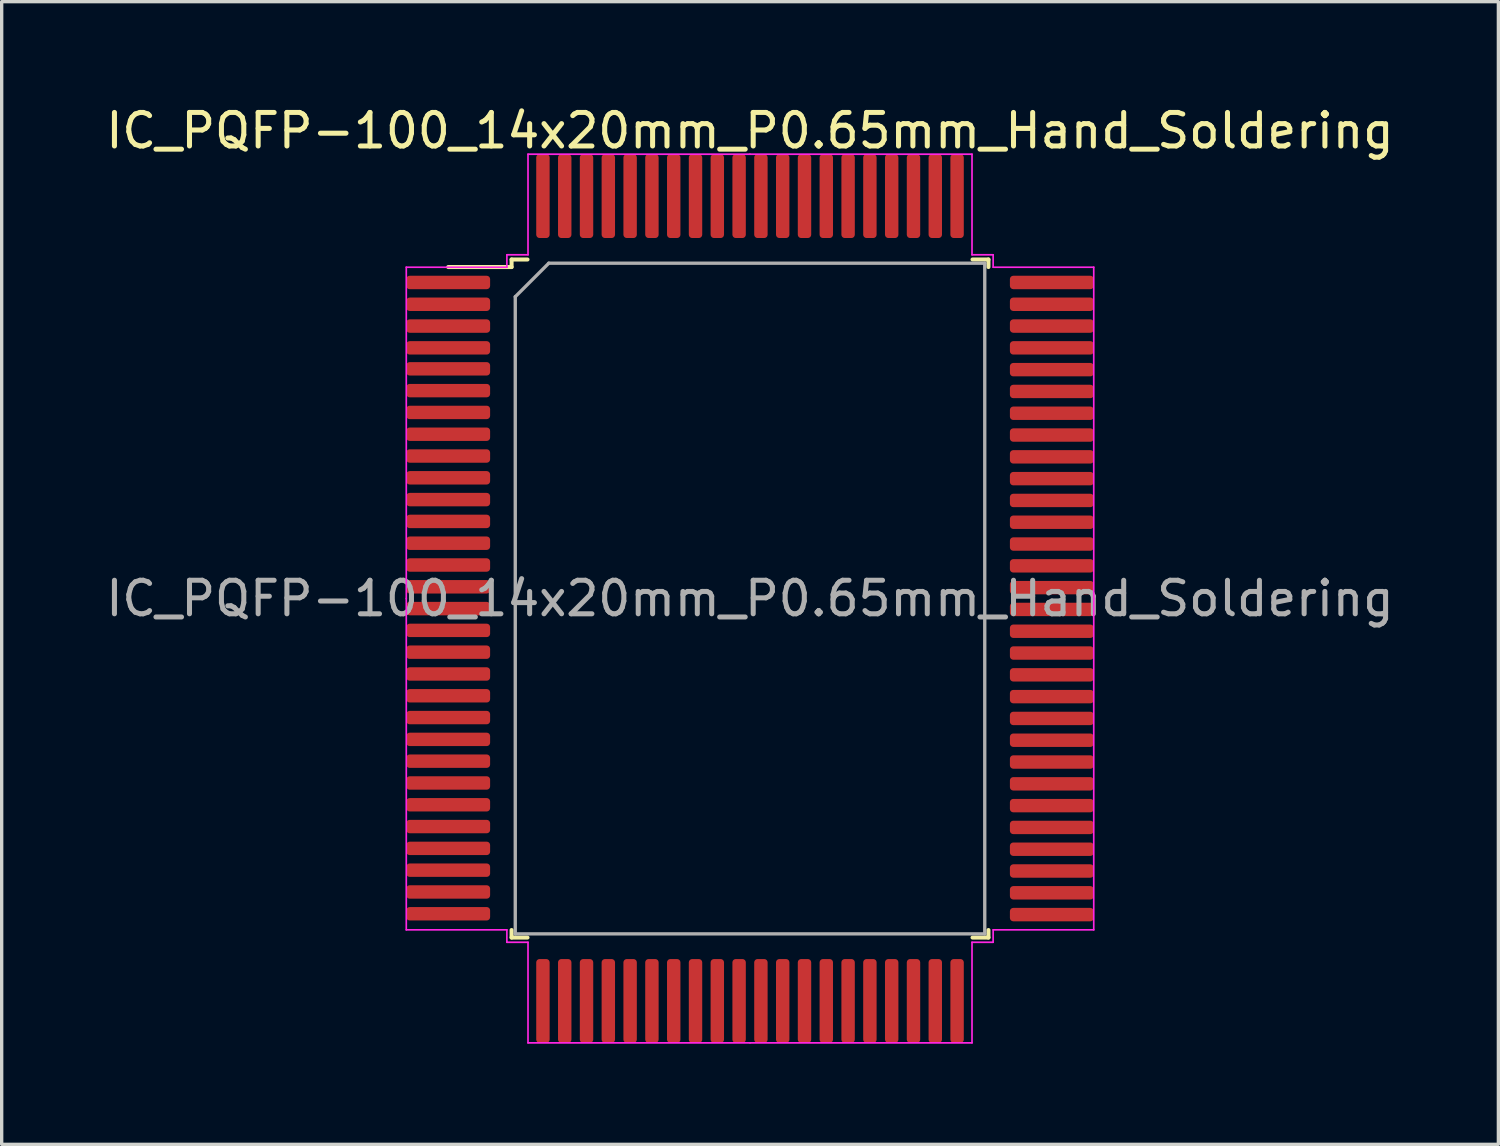
<source format=kicad_pcb>
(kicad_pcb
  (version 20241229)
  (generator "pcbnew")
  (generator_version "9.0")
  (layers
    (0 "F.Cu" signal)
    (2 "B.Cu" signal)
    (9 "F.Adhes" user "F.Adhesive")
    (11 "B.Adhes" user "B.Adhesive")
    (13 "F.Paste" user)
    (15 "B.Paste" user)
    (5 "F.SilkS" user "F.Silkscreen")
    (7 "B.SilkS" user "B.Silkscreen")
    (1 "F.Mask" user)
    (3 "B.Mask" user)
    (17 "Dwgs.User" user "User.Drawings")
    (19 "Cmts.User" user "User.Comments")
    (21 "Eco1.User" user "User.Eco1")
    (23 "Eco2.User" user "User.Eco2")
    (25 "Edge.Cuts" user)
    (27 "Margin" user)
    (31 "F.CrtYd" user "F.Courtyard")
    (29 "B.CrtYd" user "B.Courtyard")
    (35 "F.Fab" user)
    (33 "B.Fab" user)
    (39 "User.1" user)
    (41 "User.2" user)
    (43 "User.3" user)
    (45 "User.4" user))
  (footprint "IC_PQFP-100_14x20mm_P0.65mm_Hand_Soldering"
    (layer "F.Cu")
    (at 19.315 14.798)
    (property "Reference" "IC_PQFP-100_14x20mm_P0.65mm_Hand_Soldering" (at 0 -13.95 0) (layer "F.SilkS") (effects (font (size 1 1) (thickness 0.15))))
    (attr smd)
    (fp_line (start -7.11 -10.11) (end -7.11 -9.885) (stroke (width 0.12) (type solid)) (layer "F.SilkS"))
    (fp_line (start -7.11 -9.885) (end -9 -9.885) (stroke (width 0.12) (type solid)) (layer "F.SilkS"))
    (fp_line (start -7.11 10.11) (end -7.11 9.885) (stroke (width 0.12) (type solid)) (layer "F.SilkS"))
    (fp_line (start -6.635 -10.11) (end -7.11 -10.11) (stroke (width 0.12) (type solid)) (layer "F.SilkS"))
    (fp_line (start -6.635 10.11) (end -7.11 10.11) (stroke (width 0.12) (type solid)) (layer "F.SilkS"))
    (fp_line (start 6.635 -10.11) (end 7.11 -10.11) (stroke (width 0.12) (type solid)) (layer "F.SilkS"))
    (fp_line (start 6.635 10.11) (end 7.11 10.11) (stroke (width 0.12) (type solid)) (layer "F.SilkS"))
    (fp_line (start 7.11 -10.11) (end 7.11 -9.885) (stroke (width 0.12) (type solid)) (layer "F.SilkS"))
    (fp_line (start 7.11 10.11) (end 7.11 9.885) (stroke (width 0.12) (type solid)) (layer "F.SilkS"))
    (fp_line (start -10.25 -9.88) (end -10.25 0) (stroke (width 0.05) (type solid)) (layer "F.CrtYd"))
    (fp_line (start -10.25 9.88) (end -10.25 0) (stroke (width 0.05) (type solid)) (layer "F.CrtYd"))
    (fp_line (start -7.25 -10.25) (end -7.25 -9.88) (stroke (width 0.05) (type solid)) (layer "F.CrtYd"))
    (fp_line (start -7.25 -9.88) (end -10.25 -9.88) (stroke (width 0.05) (type solid)) (layer "F.CrtYd"))
    (fp_line (start -7.25 9.88) (end -10.25 9.88) (stroke (width 0.05) (type solid)) (layer "F.CrtYd"))
    (fp_line (start -7.25 10.25) (end -7.25 9.88) (stroke (width 0.05) (type solid)) (layer "F.CrtYd"))
    (fp_line (start -6.62 -13.25) (end -6.62 -10.25) (stroke (width 0.05) (type solid)) (layer "F.CrtYd"))
    (fp_line (start -6.62 -10.25) (end -7.25 -10.25) (stroke (width 0.05) (type solid)) (layer "F.CrtYd"))
    (fp_line (start -6.62 10.25) (end -7.25 10.25) (stroke (width 0.05) (type solid)) (layer "F.CrtYd"))
    (fp_line (start -6.62 13.25) (end -6.62 10.25) (stroke (width 0.05) (type solid)) (layer "F.CrtYd"))
    (fp_line (start 0 -13.25) (end -6.62 -13.25) (stroke (width 0.05) (type solid)) (layer "F.CrtYd"))
    (fp_line (start 0 -13.25) (end 6.62 -13.25) (stroke (width 0.05) (type solid)) (layer "F.CrtYd"))
    (fp_line (start 0 13.25) (end -6.62 13.25) (stroke (width 0.05) (type solid)) (layer "F.CrtYd"))
    (fp_line (start 0 13.25) (end 6.62 13.25) (stroke (width 0.05) (type solid)) (layer "F.CrtYd"))
    (fp_line (start 6.62 -13.25) (end 6.62 -10.25) (stroke (width 0.05) (type solid)) (layer "F.CrtYd"))
    (fp_line (start 6.62 -10.25) (end 7.25 -10.25) (stroke (width 0.05) (type solid)) (layer "F.CrtYd"))
    (fp_line (start 6.62 10.25) (end 7.25 10.25) (stroke (width 0.05) (type solid)) (layer "F.CrtYd"))
    (fp_line (start 6.62 13.25) (end 6.62 10.25) (stroke (width 0.05) (type solid)) (layer "F.CrtYd"))
    (fp_line (start 7.25 -10.25) (end 7.25 -9.88) (stroke (width 0.05) (type solid)) (layer "F.CrtYd"))
    (fp_line (start 7.25 -9.88) (end 10.25 -9.88) (stroke (width 0.05) (type solid)) (layer "F.CrtYd"))
    (fp_line (start 7.25 9.88) (end 10.25 9.88) (stroke (width 0.05) (type solid)) (layer "F.CrtYd"))
    (fp_line (start 7.25 10.25) (end 7.25 9.88) (stroke (width 0.05) (type solid)) (layer "F.CrtYd"))
    (fp_line (start 10.25 -9.88) (end 10.25 0) (stroke (width 0.05) (type solid)) (layer "F.CrtYd"))
    (fp_line (start 10.25 9.88) (end 10.25 0) (stroke (width 0.05) (type solid)) (layer "F.CrtYd"))
    (fp_line (start -7 -9) (end -6 -10) (stroke (width 0.1) (type solid)) (layer "F.Fab"))
    (fp_line (start -7 10) (end -7 -9) (stroke (width 0.1) (type solid)) (layer "F.Fab"))
    (fp_line (start -6 -10) (end 7 -10) (stroke (width 0.1) (type solid)) (layer "F.Fab"))
    (fp_line (start 7 -10) (end 7 10) (stroke (width 0.1) (type solid)) (layer "F.Fab"))
    (fp_line (start 7 10) (end -7 10) (stroke (width 0.1) (type solid)) (layer "F.Fab"))
    (fp_text user "${REFERENCE}" (at 0 0 0) (layer "F.Fab") (effects (font (size 1 1) (thickness 0.15))))
    (pad "1" smd roundrect (at -9 -9.425) (size 2.5 0.4) (layers "F.Cu" "F.Mask" "F.Paste") (roundrect_rratio 0.25))
    (pad "2" smd roundrect (at -9 -8.775) (size 2.5 0.4) (layers "F.Cu" "F.Mask" "F.Paste") (roundrect_rratio 0.25))
    (pad "3" smd roundrect (at -9 -8.125) (size 2.5 0.4) (layers "F.Cu" "F.Mask" "F.Paste") (roundrect_rratio 0.25))
    (pad "4" smd roundrect (at -9 -7.475) (size 2.5 0.4) (layers "F.Cu" "F.Mask" "F.Paste") (roundrect_rratio 0.25))
    (pad "5" smd roundrect (at -9 -6.85) (size 2.5 0.4) (layers "F.Cu" "F.Mask" "F.Paste") (roundrect_rratio 0.25))
    (pad "6" smd roundrect (at -9 -6.2) (size 2.5 0.4) (layers "F.Cu" "F.Mask" "F.Paste") (roundrect_rratio 0.25))
    (pad "7" smd roundrect (at -9 -5.55) (size 2.5 0.4) (layers "F.Cu" "F.Mask" "F.Paste") (roundrect_rratio 0.25))
    (pad "8" smd roundrect (at -9 -4.9) (size 2.5 0.4) (layers "F.Cu" "F.Mask" "F.Paste") (roundrect_rratio 0.25))
    (pad "9" smd roundrect (at -9 -4.25) (size 2.5 0.4) (layers "F.Cu" "F.Mask" "F.Paste") (roundrect_rratio 0.25))
    (pad "10" smd roundrect (at -9 -3.6) (size 2.5 0.4) (layers "F.Cu" "F.Mask" "F.Paste") (roundrect_rratio 0.25))
    (pad "11" smd roundrect (at -9 -2.95) (size 2.5 0.4) (layers "F.Cu" "F.Mask" "F.Paste") (roundrect_rratio 0.25))
    (pad "12" smd roundrect (at -9 -2.3) (size 2.5 0.4) (layers "F.Cu" "F.Mask" "F.Paste") (roundrect_rratio 0.25))
    (pad "13" smd roundrect (at -9 -1.65) (size 2.5 0.4) (layers "F.Cu" "F.Mask" "F.Paste") (roundrect_rratio 0.25))
    (pad "14" smd roundrect (at -9 -1) (size 2.5 0.4) (layers "F.Cu" "F.Mask" "F.Paste") (roundrect_rratio 0.25))
    (pad "15" smd roundrect (at -9 -0.35) (size 2.5 0.4) (layers "F.Cu" "F.Mask" "F.Paste") (roundrect_rratio 0.25))
    (pad "16" smd roundrect (at -9 0.3) (size 2.5 0.4) (layers "F.Cu" "F.Mask" "F.Paste") (roundrect_rratio 0.25))
    (pad "17" smd roundrect (at -9 0.95) (size 2.5 0.4) (layers "F.Cu" "F.Mask" "F.Paste") (roundrect_rratio 0.25))
    (pad "18" smd roundrect (at -9 1.6) (size 2.5 0.4) (layers "F.Cu" "F.Mask" "F.Paste") (roundrect_rratio 0.25))
    (pad "19" smd roundrect (at -9 2.25) (size 2.5 0.4) (layers "F.Cu" "F.Mask" "F.Paste") (roundrect_rratio 0.25))
    (pad "20" smd roundrect (at -9 2.9) (size 2.5 0.4) (layers "F.Cu" "F.Mask" "F.Paste") (roundrect_rratio 0.25))
    (pad "21" smd roundrect (at -9 3.55) (size 2.5 0.4) (layers "F.Cu" "F.Mask" "F.Paste") (roundrect_rratio 0.25))
    (pad "22" smd roundrect (at -9 4.2) (size 2.5 0.4) (layers "F.Cu" "F.Mask" "F.Paste") (roundrect_rratio 0.25))
    (pad "23" smd roundrect (at -9 4.85) (size 2.5 0.4) (layers "F.Cu" "F.Mask" "F.Paste") (roundrect_rratio 0.25))
    (pad "24" smd roundrect (at -9 5.5) (size 2.5 0.4) (layers "F.Cu" "F.Mask" "F.Paste") (roundrect_rratio 0.25))
    (pad "25" smd roundrect (at -9 6.15) (size 2.5 0.4) (layers "F.Cu" "F.Mask" "F.Paste") (roundrect_rratio 0.25))
    (pad "26" smd roundrect (at -9 6.8) (size 2.5 0.4) (layers "F.Cu" "F.Mask" "F.Paste") (roundrect_rratio 0.25))
    (pad "27" smd roundrect (at -9 7.45) (size 2.5 0.4) (layers "F.Cu" "F.Mask" "F.Paste") (roundrect_rratio 0.25))
    (pad "28" smd roundrect (at -9 8.1) (size 2.5 0.4) (layers "F.Cu" "F.Mask" "F.Paste") (roundrect_rratio 0.25))
    (pad "29" smd roundrect (at -9 8.75) (size 2.5 0.4) (layers "F.Cu" "F.Mask" "F.Paste") (roundrect_rratio 0.25))
    (pad "30" smd roundrect (at -9 9.4) (size 2.5 0.4) (layers "F.Cu" "F.Mask" "F.Paste") (roundrect_rratio 0.25))
    (pad "31" smd roundrect (at -6.175 12 90) (size 2.5 0.4) (layers "F.Cu" "F.Mask" "F.Paste") (roundrect_rratio 0.25))
    (pad "32" smd roundrect (at -5.525 12 90) (size 2.5 0.4) (layers "F.Cu" "F.Mask" "F.Paste") (roundrect_rratio 0.25))
    (pad "33" smd roundrect (at -4.875 12 90) (size 2.5 0.4) (layers "F.Cu" "F.Mask" "F.Paste") (roundrect_rratio 0.25))
    (pad "34" smd roundrect (at -4.225 12 90) (size 2.5 0.4) (layers "F.Cu" "F.Mask" "F.Paste") (roundrect_rratio 0.25))
    (pad "35" smd roundrect (at -3.575 12 90) (size 2.5 0.4) (layers "F.Cu" "F.Mask" "F.Paste") (roundrect_rratio 0.25))
    (pad "36" smd roundrect (at -2.925 12 90) (size 2.5 0.4) (layers "F.Cu" "F.Mask" "F.Paste") (roundrect_rratio 0.25))
    (pad "37" smd roundrect (at -2.275 12 90) (size 2.5 0.4) (layers "F.Cu" "F.Mask" "F.Paste") (roundrect_rratio 0.25))
    (pad "38" smd roundrect (at -1.625 12 90) (size 2.5 0.4) (layers "F.Cu" "F.Mask" "F.Paste") (roundrect_rratio 0.25))
    (pad "39" smd roundrect (at -0.975 12 90) (size 2.5 0.4) (layers "F.Cu" "F.Mask" "F.Paste") (roundrect_rratio 0.25))
    (pad "40" smd roundrect (at -0.325 12 90) (size 2.5 0.4) (layers "F.Cu" "F.Mask" "F.Paste") (roundrect_rratio 0.25))
    (pad "41" smd roundrect (at 0.325 12 90) (size 2.5 0.4) (layers "F.Cu" "F.Mask" "F.Paste") (roundrect_rratio 0.25))
    (pad "42" smd roundrect (at 0.975 12 90) (size 2.5 0.4) (layers "F.Cu" "F.Mask" "F.Paste") (roundrect_rratio 0.25))
    (pad "43" smd roundrect (at 1.625 12 90) (size 2.5 0.4) (layers "F.Cu" "F.Mask" "F.Paste") (roundrect_rratio 0.25))
    (pad "44" smd roundrect (at 2.275 12 90) (size 2.5 0.4) (layers "F.Cu" "F.Mask" "F.Paste") (roundrect_rratio 0.25))
    (pad "45" smd roundrect (at 2.925 12 90) (size 2.5 0.4) (layers "F.Cu" "F.Mask" "F.Paste") (roundrect_rratio 0.25))
    (pad "46" smd roundrect (at 3.575 12 90) (size 2.5 0.4) (layers "F.Cu" "F.Mask" "F.Paste") (roundrect_rratio 0.25))
    (pad "47" smd roundrect (at 4.225 12 90) (size 2.5 0.4) (layers "F.Cu" "F.Mask" "F.Paste") (roundrect_rratio 0.25))
    (pad "48" smd roundrect (at 4.875 12 90) (size 2.5 0.4) (layers "F.Cu" "F.Mask" "F.Paste") (roundrect_rratio 0.25))
    (pad "49" smd roundrect (at 5.525 12 90) (size 2.5 0.4) (layers "F.Cu" "F.Mask" "F.Paste") (roundrect_rratio 0.25))
    (pad "50" smd roundrect (at 6.175 12 90) (size 2.5 0.4) (layers "F.Cu" "F.Mask" "F.Paste") (roundrect_rratio 0.25))
    (pad "51" smd roundrect (at 9 9.425) (size 2.5 0.4) (layers "F.Cu" "F.Mask" "F.Paste") (roundrect_rratio 0.25))
    (pad "52" smd roundrect (at 9 8.775) (size 2.5 0.4) (layers "F.Cu" "F.Mask" "F.Paste") (roundrect_rratio 0.25))
    (pad "53" smd roundrect (at 9 8.125) (size 2.5 0.4) (layers "F.Cu" "F.Mask" "F.Paste") (roundrect_rratio 0.25))
    (pad "54" smd roundrect (at 9 7.475) (size 2.5 0.4) (layers "F.Cu" "F.Mask" "F.Paste") (roundrect_rratio 0.25))
    (pad "55" smd roundrect (at 9 6.825) (size 2.5 0.4) (layers "F.Cu" "F.Mask" "F.Paste") (roundrect_rratio 0.25))
    (pad "56" smd roundrect (at 9 6.175) (size 2.5 0.4) (layers "F.Cu" "F.Mask" "F.Paste") (roundrect_rratio 0.25))
    (pad "57" smd roundrect (at 9 5.525) (size 2.5 0.4) (layers "F.Cu" "F.Mask" "F.Paste") (roundrect_rratio 0.25))
    (pad "58" smd roundrect (at 9 4.875) (size 2.5 0.4) (layers "F.Cu" "F.Mask" "F.Paste") (roundrect_rratio 0.25))
    (pad "59" smd roundrect (at 9 4.225) (size 2.5 0.4) (layers "F.Cu" "F.Mask" "F.Paste") (roundrect_rratio 0.25))
    (pad "60" smd roundrect (at 9 3.575) (size 2.5 0.4) (layers "F.Cu" "F.Mask" "F.Paste") (roundrect_rratio 0.25))
    (pad "61" smd roundrect (at 9 2.925) (size 2.5 0.4) (layers "F.Cu" "F.Mask" "F.Paste") (roundrect_rratio 0.25))
    (pad "62" smd roundrect (at 9 2.275) (size 2.5 0.4) (layers "F.Cu" "F.Mask" "F.Paste") (roundrect_rratio 0.25))
    (pad "63" smd roundrect (at 9 1.625) (size 2.5 0.4) (layers "F.Cu" "F.Mask" "F.Paste") (roundrect_rratio 0.25))
    (pad "64" smd roundrect (at 9 0.975) (size 2.5 0.4) (layers "F.Cu" "F.Mask" "F.Paste") (roundrect_rratio 0.25))
    (pad "65" smd roundrect (at 9 0.325) (size 2.5 0.4) (layers "F.Cu" "F.Mask" "F.Paste") (roundrect_rratio 0.25))
    (pad "66" smd roundrect (at 9 -0.325) (size 2.5 0.4) (layers "F.Cu" "F.Mask" "F.Paste") (roundrect_rratio 0.25))
    (pad "67" smd roundrect (at 9 -0.975) (size 2.5 0.4) (layers "F.Cu" "F.Mask" "F.Paste") (roundrect_rratio 0.25))
    (pad "68" smd roundrect (at 9 -1.625) (size 2.5 0.4) (layers "F.Cu" "F.Mask" "F.Paste") (roundrect_rratio 0.25))
    (pad "69" smd roundrect (at 9 -2.275) (size 2.5 0.4) (layers "F.Cu" "F.Mask" "F.Paste") (roundrect_rratio 0.25))
    (pad "70" smd roundrect (at 9 -2.925) (size 2.5 0.4) (layers "F.Cu" "F.Mask" "F.Paste") (roundrect_rratio 0.25))
    (pad "71" smd roundrect (at 9 -3.575) (size 2.5 0.4) (layers "F.Cu" "F.Mask" "F.Paste") (roundrect_rratio 0.25))
    (pad "72" smd roundrect (at 9 -4.225) (size 2.5 0.4) (layers "F.Cu" "F.Mask" "F.Paste") (roundrect_rratio 0.25))
    (pad "73" smd roundrect (at 9 -4.875) (size 2.5 0.4) (layers "F.Cu" "F.Mask" "F.Paste") (roundrect_rratio 0.25))
    (pad "74" smd roundrect (at 9 -5.525) (size 2.5 0.4) (layers "F.Cu" "F.Mask" "F.Paste") (roundrect_rratio 0.25))
    (pad "75" smd roundrect (at 9 -6.175) (size 2.5 0.4) (layers "F.Cu" "F.Mask" "F.Paste") (roundrect_rratio 0.25))
    (pad "76" smd roundrect (at 9 -6.825) (size 2.5 0.4) (layers "F.Cu" "F.Mask" "F.Paste") (roundrect_rratio 0.25))
    (pad "77" smd roundrect (at 9 -7.475) (size 2.5 0.4) (layers "F.Cu" "F.Mask" "F.Paste") (roundrect_rratio 0.25))
    (pad "78" smd roundrect (at 9 -8.125) (size 2.5 0.4) (layers "F.Cu" "F.Mask" "F.Paste") (roundrect_rratio 0.25))
    (pad "79" smd roundrect (at 9 -8.775) (size 2.5 0.4) (layers "F.Cu" "F.Mask" "F.Paste") (roundrect_rratio 0.25))
    (pad "80" smd roundrect (at 9 -9.425) (size 2.5 0.4) (layers "F.Cu" "F.Mask" "F.Paste") (roundrect_rratio 0.25))
    (pad "81" smd roundrect (at 6.175 -12 90) (size 2.5 0.4) (layers "F.Cu" "F.Mask" "F.Paste") (roundrect_rratio 0.25))
    (pad "82" smd roundrect (at 5.525 -12 90) (size 2.5 0.4) (layers "F.Cu" "F.Mask" "F.Paste") (roundrect_rratio 0.25))
    (pad "83" smd roundrect (at 4.875 -12 90) (size 2.5 0.4) (layers "F.Cu" "F.Mask" "F.Paste") (roundrect_rratio 0.25))
    (pad "84" smd roundrect (at 4.225 -12 90) (size 2.5 0.4) (layers "F.Cu" "F.Mask" "F.Paste") (roundrect_rratio 0.25))
    (pad "85" smd roundrect (at 3.575 -12 90) (size 2.5 0.4) (layers "F.Cu" "F.Mask" "F.Paste") (roundrect_rratio 0.25))
    (pad "86" smd roundrect (at 2.925 -12 90) (size 2.5 0.4) (layers "F.Cu" "F.Mask" "F.Paste") (roundrect_rratio 0.25))
    (pad "87" smd roundrect (at 2.275 -12 90) (size 2.5 0.4) (layers "F.Cu" "F.Mask" "F.Paste") (roundrect_rratio 0.25))
    (pad "88" smd roundrect (at 1.625 -12 90) (size 2.5 0.4) (layers "F.Cu" "F.Mask" "F.Paste") (roundrect_rratio 0.25))
    (pad "89" smd roundrect (at 0.975 -12 90) (size 2.5 0.4) (layers "F.Cu" "F.Mask" "F.Paste") (roundrect_rratio 0.25))
    (pad "90" smd roundrect (at 0.325 -12 90) (size 2.5 0.4) (layers "F.Cu" "F.Mask" "F.Paste") (roundrect_rratio 0.25))
    (pad "91" smd roundrect (at -0.325 -12 90) (size 2.5 0.4) (layers "F.Cu" "F.Mask" "F.Paste") (roundrect_rratio 0.25))
    (pad "92" smd roundrect (at -0.975 -12 90) (size 2.5 0.4) (layers "F.Cu" "F.Mask" "F.Paste") (roundrect_rratio 0.25))
    (pad "93" smd roundrect (at -1.625 -12 90) (size 2.5 0.4) (layers "F.Cu" "F.Mask" "F.Paste") (roundrect_rratio 0.25))
    (pad "94" smd roundrect (at -2.275 -12 90) (size 2.5 0.4) (layers "F.Cu" "F.Mask" "F.Paste") (roundrect_rratio 0.25))
    (pad "95" smd roundrect (at -2.925 -12 90) (size 2.5 0.4) (layers "F.Cu" "F.Mask" "F.Paste") (roundrect_rratio 0.25))
    (pad "96" smd roundrect (at -3.575 -12 90) (size 2.5 0.4) (layers "F.Cu" "F.Mask" "F.Paste") (roundrect_rratio 0.25))
    (pad "97" smd roundrect (at -4.225 -12 90) (size 2.5 0.4) (layers "F.Cu" "F.Mask" "F.Paste") (roundrect_rratio 0.25))
    (pad "98" smd roundrect (at -4.875 -12 90) (size 2.5 0.4) (layers "F.Cu" "F.Mask" "F.Paste") (roundrect_rratio 0.25))
    (pad "99" smd roundrect (at -5.525 -12 90) (size 2.5 0.4) (layers "F.Cu" "F.Mask" "F.Paste") (roundrect_rratio 0.25))
    (pad "100" smd roundrect (at -6.175 -12 90) (size 2.5 0.4) (layers "F.Cu" "F.Mask" "F.Paste") (roundrect_rratio 0.25)))
  (gr_rect
    (start -3 -3)
    (end 41.631 31.073)
    (stroke (width 0.1) (type default))
    (fill no)
    (layer "Edge.Cuts")))
</source>
